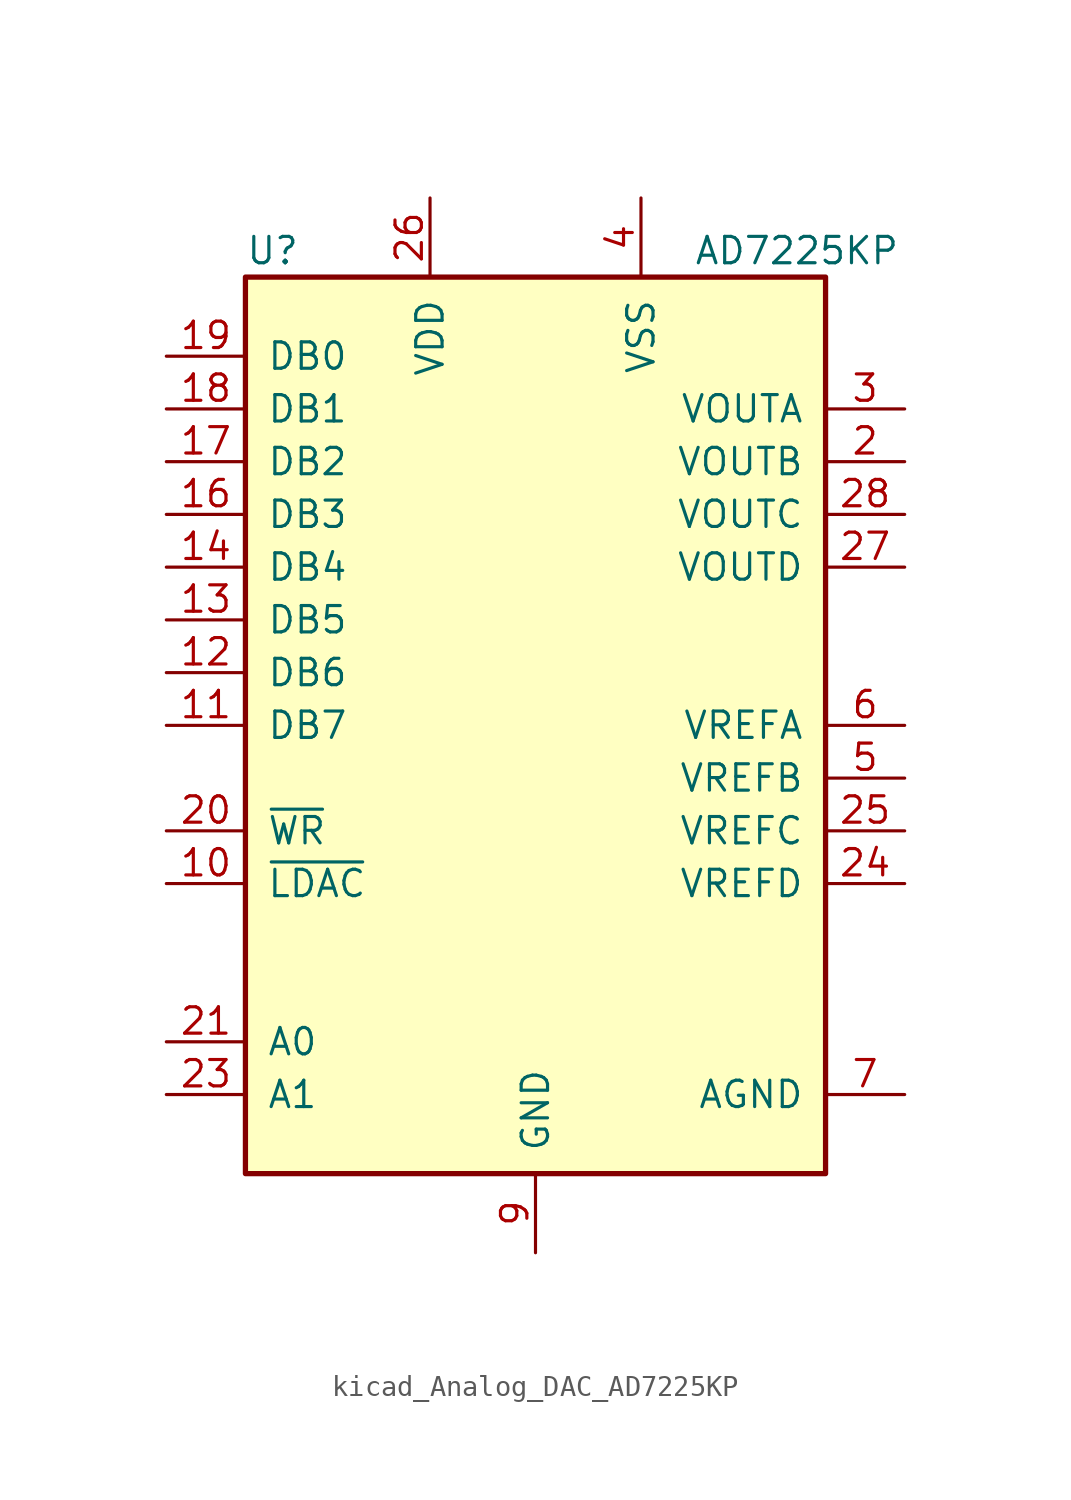
<source format=kicad_sym>
(kicad_symbol_lib
  (version 20220914)
  (generator kicad_symbol_editor)
  (symbol "kicad_Analog_DAC_AD7225KP"
    (pin_names
      (offset 1.016))
    (property "Reference" "U"
      (at -13.97 22.86 0)
      (effects (font (size 1.27 1.27)) (justify left)))
    (property "Value" "AD7225KP"
      (at 7.62 22.86 0)
      (effects (font (size 1.27 1.27)) (justify left)))
    (symbol "kicad_Analog_DAC_AD7225KP_0_1"
      (rectangle (start -13.97 -21.59) (end 13.97 21.59) (stroke (width 0.254) (type default)) (fill (type background))))
    (symbol "kicad_Analog_DAC_AD7225KP_1_1"
      (pin input line (at -17.78 -7.62 0) (length 3.81) (name "~{LDAC}" (effects (font (size 1.27 1.27)))) (number "10" (effects (font (size 1.27 1.27)))))
      (pin input line (at -17.78 0 0) (length 3.81) (name "DB7" (effects (font (size 1.27 1.27)))) (number "11" (effects (font (size 1.27 1.27)))))
      (pin input line (at -17.78 2.54 0) (length 3.81) (name "DB6" (effects (font (size 1.27 1.27)))) (number "12" (effects (font (size 1.27 1.27)))))
      (pin input line (at -17.78 5.08 0) (length 3.81) (name "DB5" (effects (font (size 1.27 1.27)))) (number "13" (effects (font (size 1.27 1.27)))))
      (pin input line (at -17.78 7.62 0) (length 3.81) (name "DB4" (effects (font (size 1.27 1.27)))) (number "14" (effects (font (size 1.27 1.27)))))
      (pin input line (at -17.78 10.16 0) (length 3.81) (name "DB3" (effects (font (size 1.27 1.27)))) (number "16" (effects (font (size 1.27 1.27)))))
      (pin input line (at -17.78 12.7 0) (length 3.81) (name "DB2" (effects (font (size 1.27 1.27)))) (number "17" (effects (font (size 1.27 1.27)))))
      (pin input line (at -17.78 15.24 0) (length 3.81) (name "DB1" (effects (font (size 1.27 1.27)))) (number "18" (effects (font (size 1.27 1.27)))))
      (pin input line (at -17.78 17.78 0) (length 3.81) (name "DB0" (effects (font (size 1.27 1.27)))) (number "19" (effects (font (size 1.27 1.27)))))
      (pin output line (at 17.78 12.7 180) (length 3.81) (name "VOUTB" (effects (font (size 1.27 1.27)))) (number "2" (effects (font (size 1.27 1.27)))))
      (pin input line (at -17.78 -5.08 0) (length 3.81) (name "~{WR}" (effects (font (size 1.27 1.27)))) (number "20" (effects (font (size 1.27 1.27)))))
      (pin input line (at -17.78 -15.24 0) (length 3.81) (name "A0" (effects (font (size 1.27 1.27)))) (number "21" (effects (font (size 1.27 1.27)))))
      (pin input line (at -17.78 -17.78 0) (length 3.81) (name "A1" (effects (font (size 1.27 1.27)))) (number "23" (effects (font (size 1.27 1.27)))))
      (pin input line (at 17.78 -7.62 180) (length 3.81) (name "VREFD" (effects (font (size 1.27 1.27)))) (number "24" (effects (font (size 1.27 1.27)))))
      (pin input line (at 17.78 -5.08 180) (length 3.81) (name "VREFC" (effects (font (size 1.27 1.27)))) (number "25" (effects (font (size 1.27 1.27)))))
      (pin power_in line (at -5.08 25.4 270) (length 3.81) (name "VDD" (effects (font (size 1.27 1.27)))) (number "26" (effects (font (size 1.27 1.27)))))
      (pin output line (at 17.78 7.62 180) (length 3.81) (name "VOUTD" (effects (font (size 1.27 1.27)))) (number "27" (effects (font (size 1.27 1.27)))))
      (pin output line (at 17.78 10.16 180) (length 3.81) (name "VOUTC" (effects (font (size 1.27 1.27)))) (number "28" (effects (font (size 1.27 1.27)))))
      (pin output line (at 17.78 15.24 180) (length 3.81) (name "VOUTA" (effects (font (size 1.27 1.27)))) (number "3" (effects (font (size 1.27 1.27)))))
      (pin power_in line (at 5.08 25.4 270) (length 3.81) (name "VSS" (effects (font (size 1.27 1.27)))) (number "4" (effects (font (size 1.27 1.27)))))
      (pin input line (at 17.78 -2.54 180) (length 3.81) (name "VREFB" (effects (font (size 1.27 1.27)))) (number "5" (effects (font (size 1.27 1.27)))))
      (pin input line (at 17.78 0 180) (length 3.81) (name "VREFA" (effects (font (size 1.27 1.27)))) (number "6" (effects (font (size 1.27 1.27)))))
      (pin input line (at 17.78 -17.78 180) (length 3.81) (name "AGND" (effects (font (size 1.27 1.27)))) (number "7" (effects (font (size 1.27 1.27)))))
      (pin power_in line (at 0 -25.4 90) (length 3.81) (name "GND" (effects (font (size 1.27 1.27)))) (number "9" (effects (font (size 1.27 1.27))))))))
</source>
